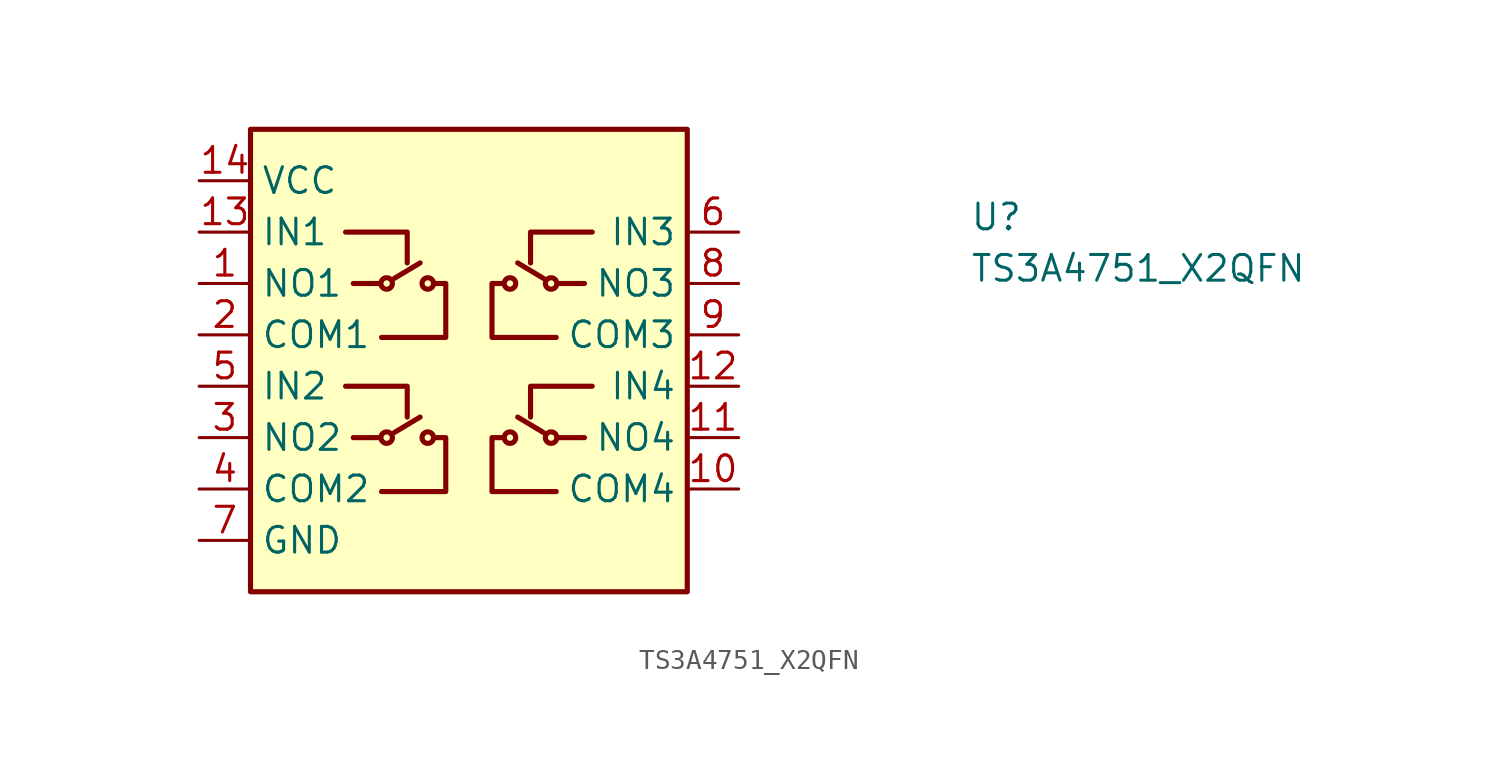
<source format=kicad_sym>
(kicad_symbol_lib
  (version 20211014)
  (generator kicad_symbol_editor)
  (symbol "TS3A4751_X2QFN"
    (property "Reference" "U"
      (at 38.1 -2.54 0)
      (effects (font (size 1.27 1.27) (thickness 0.15)) (justify left bottom)))
    (property "Value" "TS3A4751_X2QFN"
      (at 38.1 -5.08 0)
      (effects (font (size 1.27 1.27) (thickness 0.15)) (justify left bottom)))
    (symbol "TS3A4751_X2QFN_1_1"
      (polyline (pts (xy 7.62 -12.7) (xy 8.89 -12.7)) (stroke (width 0.254) (type default) (color 0 0 0 0)) (fill (type background)))
      (polyline (pts (xy 7.62 -5.08) (xy 8.89 -5.08)) (stroke (width 0.254) (type default) (color 0 0 0 0)) (fill (type background)))
      (polyline (pts (xy 10.922 -11.684) (xy 9.652 -12.446)) (stroke (width 0.254) (type default) (color 0 0 0 0)) (fill (type background)))
      (polyline (pts (xy 10.922 -4.064) (xy 9.652 -4.826)) (stroke (width 0.254) (type default) (color 0 0 0 0)) (fill (type background)))
      (polyline (pts (xy 15.748 -11.684) (xy 17.018 -12.446)) (stroke (width 0.254) (type default) (color 0 0 0 0)) (fill (type background)))
      (polyline (pts (xy 15.748 -4.064) (xy 17.018 -4.826)) (stroke (width 0.254) (type default) (color 0 0 0 0)) (fill (type background)))
      (polyline (pts (xy 19.05 -12.7) (xy 17.78 -12.7)) (stroke (width 0.254) (type default) (color 0 0 0 0)) (fill (type background)))
      (polyline (pts (xy 19.05 -5.08) (xy 17.78 -5.08)) (stroke (width 0.254) (type default) (color 0 0 0 0)) (fill (type background)))
      (polyline (pts (xy 10.287 -11.684) (xy 10.287 -10.16) (xy 7.239 -10.16)) (stroke (width 0.254) (type default) (color 0 0 0 0)) (fill (type background)))
      (polyline (pts (xy 10.287 -4.064) (xy 10.287 -2.54) (xy 7.239 -2.54)) (stroke (width 0.254) (type default) (color 0 0 0 0)) (fill (type background)))
      (polyline (pts (xy 16.383 -11.684) (xy 16.383 -10.16) (xy 19.431 -10.16)) (stroke (width 0.254) (type default) (color 0 0 0 0)) (fill (type background)))
      (polyline (pts (xy 16.383 -4.064) (xy 16.383 -2.54) (xy 19.431 -2.54)) (stroke (width 0.254) (type default) (color 0 0 0 0)) (fill (type background)))
      (polyline (pts (xy 11.684 -12.7) (xy 12.192 -12.7) (xy 12.192 -15.367) (xy 9.017 -15.367)) (stroke (width 0.254) (type default) (color 0 0 0 0)) (fill (type background)))
      (polyline (pts (xy 11.684 -5.08) (xy 12.192 -5.08) (xy 12.192 -7.747) (xy 9.017 -7.747)) (stroke (width 0.254) (type default) (color 0 0 0 0)) (fill (type background)))
      (polyline (pts (xy 14.986 -12.7) (xy 14.478 -12.7) (xy 14.478 -15.367) (xy 17.653 -15.367)) (stroke (width 0.254) (type default) (color 0 0 0 0)) (fill (type background)))
      (polyline (pts (xy 14.986 -5.08) (xy 14.478 -5.08) (xy 14.478 -7.747) (xy 17.653 -7.747)) (stroke (width 0.254) (type default) (color 0 0 0 0)) (fill (type background)))
      (rectangle (start 2.54 2.54) (end 24.13 -20.32) (stroke (width 0.254) (type default) (color 0 0 0 0)) (fill (type background)))
      (circle (center 9.271 -12.7) (radius 0.284) (stroke (width 0.254) (type default) (color 0 0 0 0)) (fill (type background)))
      (circle (center 9.271 -5.08) (radius 0.284) (stroke (width 0.254) (type default) (color 0 0 0 0)) (fill (type background)))
      (circle (center 11.303 -12.7) (radius 0.284) (stroke (width 0.254) (type default) (color 0 0 0 0)) (fill (type background)))
      (circle (center 11.303 -5.08) (radius 0.284) (stroke (width 0.254) (type default) (color 0 0 0 0)) (fill (type background)))
      (circle (center 15.367 -12.7) (radius 0.284) (stroke (width 0.254) (type default) (color 0 0 0 0)) (fill (type background)))
      (circle (center 15.367 -5.08) (radius 0.284) (stroke (width 0.254) (type default) (color 0 0 0 0)) (fill (type background)))
      (circle (center 17.399 -12.7) (radius 0.284) (stroke (width 0.254) (type default) (color 0 0 0 0)) (fill (type background)))
      (circle (center 17.399 -5.08) (radius 0.284) (stroke (width 0.254) (type default) (color 0 0 0 0)) (fill (type background)))
      (pin bidirectional line (at 0 -5.08 0) (length 2.54) (name "NO1" (effects (font (size 1.27 1.27)))) (number "1" (effects (font (size 1.27 1.27)))))
      (pin bidirectional line (at 26.67 -15.24 180) (length 2.54) (name "COM4" (effects (font (size 1.27 1.27)))) (number "10" (effects (font (size 1.27 1.27)))))
      (pin bidirectional line (at 26.67 -12.7 180) (length 2.54) (name "NO4" (effects (font (size 1.27 1.27)))) (number "11" (effects (font (size 1.27 1.27)))))
      (pin input line (at 26.67 -10.16 180) (length 2.54) (name "IN4" (effects (font (size 1.27 1.27)))) (number "12" (effects (font (size 1.27 1.27)))))
      (pin input line (at 0 -2.54 0) (length 2.54) (name "IN1" (effects (font (size 1.27 1.27)))) (number "13" (effects (font (size 1.27 1.27)))))
      (pin power_in line (at 0 0 0) (length 2.54) (name "VCC" (effects (font (size 1.27 1.27)))) (number "14" (effects (font (size 1.27 1.27)))))
      (pin bidirectional line (at 0 -7.62 0) (length 2.54) (name "COM1" (effects (font (size 1.27 1.27)))) (number "2" (effects (font (size 1.27 1.27)))))
      (pin bidirectional line (at 0 -12.7 0) (length 2.54) (name "NO2" (effects (font (size 1.27 1.27)))) (number "3" (effects (font (size 1.27 1.27)))))
      (pin bidirectional line (at 0 -15.24 0) (length 2.54) (name "COM2" (effects (font (size 1.27 1.27)))) (number "4" (effects (font (size 1.27 1.27)))))
      (pin input line (at 0 -10.16 0) (length 2.54) (name "IN2" (effects (font (size 1.27 1.27)))) (number "5" (effects (font (size 1.27 1.27)))))
      (pin input line (at 26.67 -2.54 180) (length 2.54) (name "IN3" (effects (font (size 1.27 1.27)))) (number "6" (effects (font (size 1.27 1.27)))))
      (pin power_in line (at 0 -17.78 0) (length 2.54) (name "GND" (effects (font (size 1.27 1.27)))) (number "7" (effects (font (size 1.27 1.27)))))
      (pin bidirectional line (at 26.67 -5.08 180) (length 2.54) (name "NO3" (effects (font (size 1.27 1.27)))) (number "8" (effects (font (size 1.27 1.27)))))
      (pin bidirectional line (at 26.67 -7.62 180) (length 2.54) (name "COM3" (effects (font (size 1.27 1.27)))) (number "9" (effects (font (size 1.27 1.27))))))))
</source>
